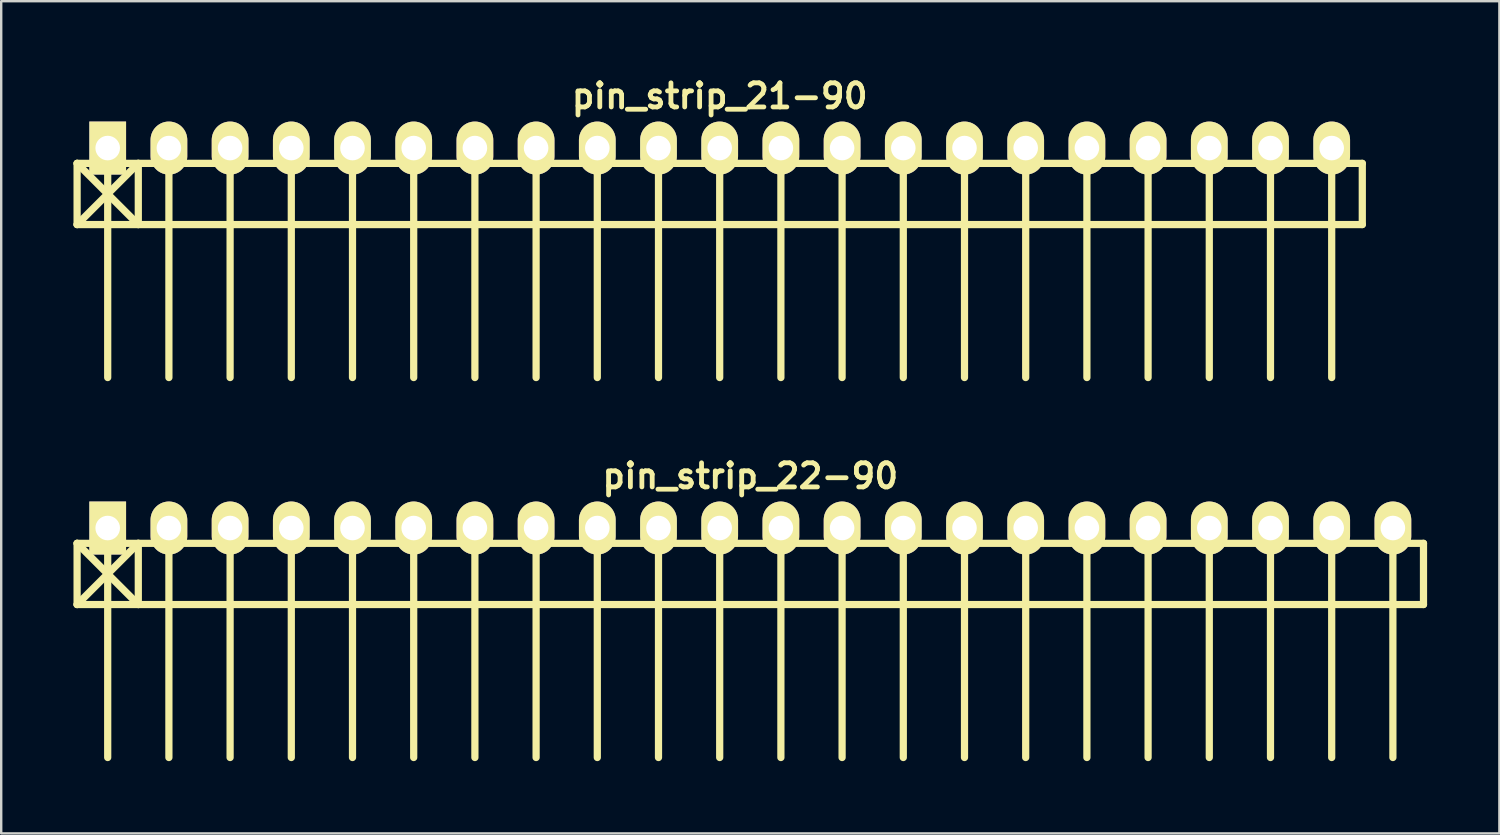
<source format=kicad_pcb>
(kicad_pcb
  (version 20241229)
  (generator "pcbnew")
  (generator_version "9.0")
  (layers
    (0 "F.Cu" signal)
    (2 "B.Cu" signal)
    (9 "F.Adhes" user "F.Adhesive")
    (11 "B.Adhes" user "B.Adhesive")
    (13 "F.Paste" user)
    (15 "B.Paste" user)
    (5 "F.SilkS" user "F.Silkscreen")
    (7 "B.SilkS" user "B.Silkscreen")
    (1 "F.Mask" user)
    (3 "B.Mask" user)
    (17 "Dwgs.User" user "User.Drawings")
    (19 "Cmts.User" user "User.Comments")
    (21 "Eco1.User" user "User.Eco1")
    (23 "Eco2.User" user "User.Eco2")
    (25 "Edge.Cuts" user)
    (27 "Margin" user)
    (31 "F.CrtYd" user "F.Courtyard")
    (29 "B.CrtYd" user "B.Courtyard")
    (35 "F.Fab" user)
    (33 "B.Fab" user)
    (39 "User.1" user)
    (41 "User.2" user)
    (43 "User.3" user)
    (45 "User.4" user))
  (footprint "pin_strip_21-90"
    (layer "F.Cu")
    (at 26.82 3.095)
    (property "Reference" "pin_strip_21-90" (at 0 -2.159 0) (layer "F.SilkS") (effects (font (size 1 1) (thickness 0.2))))
    (attr through_hole)
    (fp_line (start -26.67 0.635) (end 26.67 0.635) (stroke (width 0.3) (type solid)) (layer "F.SilkS"))
    (fp_line (start -26.67 3.175) (end -26.67 0.635) (stroke (width 0.3) (type solid)) (layer "F.SilkS"))
    (fp_line (start -26.67 3.175) (end -24.13 0.635) (stroke (width 0.3) (type solid)) (layer "F.SilkS"))
    (fp_line (start -25.4 0) (end -25.4 9.525) (stroke (width 0.3) (type solid)) (layer "F.SilkS"))
    (fp_line (start -24.13 0.635) (end -24.13 3.175) (stroke (width 0.3) (type solid)) (layer "F.SilkS"))
    (fp_line (start -24.13 3.175) (end -26.67 0.635) (stroke (width 0.3) (type solid)) (layer "F.SilkS"))
    (fp_line (start -22.86 0) (end -22.86 9.525) (stroke (width 0.3) (type solid)) (layer "F.SilkS"))
    (fp_line (start -20.32 9.525) (end -20.32 0) (stroke (width 0.3) (type solid)) (layer "F.SilkS"))
    (fp_line (start -17.78 0) (end -17.78 9.525) (stroke (width 0.3) (type solid)) (layer "F.SilkS"))
    (fp_line (start -15.24 0) (end -15.24 9.525) (stroke (width 0.3) (type solid)) (layer "F.SilkS"))
    (fp_line (start -12.7 0) (end -12.7 9.525) (stroke (width 0.3) (type solid)) (layer "F.SilkS"))
    (fp_line (start -10.16 0) (end -10.16 9.525) (stroke (width 0.3) (type solid)) (layer "F.SilkS"))
    (fp_line (start -7.62 0) (end -7.62 9.525) (stroke (width 0.3) (type solid)) (layer "F.SilkS"))
    (fp_line (start -5.08 0) (end -5.08 9.525) (stroke (width 0.3) (type solid)) (layer "F.SilkS"))
    (fp_line (start -2.54 0) (end -2.54 9.525) (stroke (width 0.3) (type solid)) (layer "F.SilkS"))
    (fp_line (start 0 0) (end 0 9.525) (stroke (width 0.3) (type solid)) (layer "F.SilkS"))
    (fp_line (start 2.54 0) (end 2.54 9.525) (stroke (width 0.3) (type solid)) (layer "F.SilkS"))
    (fp_line (start 5.08 9.525) (end 5.08 0) (stroke (width 0.3) (type solid)) (layer "F.SilkS"))
    (fp_line (start 7.62 0) (end 7.62 9.525) (stroke (width 0.3) (type solid)) (layer "F.SilkS"))
    (fp_line (start 10.16 0) (end 10.16 9.525) (stroke (width 0.3) (type solid)) (layer "F.SilkS"))
    (fp_line (start 12.7 0) (end 12.7 9.525) (stroke (width 0.3) (type solid)) (layer "F.SilkS"))
    (fp_line (start 15.24 0) (end 15.24 9.525) (stroke (width 0.3) (type solid)) (layer "F.SilkS"))
    (fp_line (start 17.78 0) (end 17.78 9.525) (stroke (width 0.3) (type solid)) (layer "F.SilkS"))
    (fp_line (start 20.32 0) (end 20.32 9.525) (stroke (width 0.3) (type solid)) (layer "F.SilkS"))
    (fp_line (start 22.86 0) (end 22.86 9.525) (stroke (width 0.3) (type solid)) (layer "F.SilkS"))
    (fp_line (start 25.4 0) (end 25.4 9.525) (stroke (width 0.3) (type solid)) (layer "F.SilkS"))
    (fp_line (start 26.67 0.635) (end 26.67 3.175) (stroke (width 0.3) (type solid)) (layer "F.SilkS"))
    (fp_line (start 26.67 3.175) (end -26.67 3.175) (stroke (width 0.3) (type solid)) (layer "F.SilkS"))
    (pad "1" thru_hole rect (at -25.4 0) (size 1.524 2.2) (drill 1.02) (layers "*.Cu" "*.Mask" "F.SilkS"))
    (pad "2" thru_hole oval (at -22.86 0) (size 1.524 2.2) (drill 1.02) (layers "*.Cu" "*.Mask" "F.SilkS"))
    (pad "3" thru_hole oval (at -20.32 0) (size 1.524 2.2) (drill 1.02) (layers "*.Cu" "*.Mask" "F.SilkS"))
    (pad "4" thru_hole oval (at -17.78 0) (size 1.524 2.2) (drill 1.02) (layers "*.Cu" "*.Mask" "F.SilkS"))
    (pad "5" thru_hole oval (at -15.24 0) (size 1.524 2.2) (drill 1.02) (layers "*.Cu" "*.Mask" "F.SilkS"))
    (pad "6" thru_hole oval (at -12.7 0) (size 1.524 2.2) (drill 1.02) (layers "*.Cu" "*.Mask" "F.SilkS"))
    (pad "7" thru_hole oval (at -10.16 0) (size 1.524 2.2) (drill 1.02) (layers "*.Cu" "*.Mask" "F.SilkS"))
    (pad "8" thru_hole oval (at -7.62 0) (size 1.524 2.2) (drill 1.02) (layers "*.Cu" "*.Mask" "F.SilkS"))
    (pad "9" thru_hole oval (at -5.08 0) (size 1.524 2.2) (drill 1.02) (layers "*.Cu" "*.Mask" "F.SilkS"))
    (pad "10" thru_hole oval (at -2.54 0) (size 1.524 2.2) (drill 1.02) (layers "*.Cu" "*.Mask" "F.SilkS"))
    (pad "11" thru_hole oval (at 0 0) (size 1.524 2.2) (drill 1.02) (layers "*.Cu" "*.Mask" "F.SilkS"))
    (pad "12" thru_hole oval (at 2.54 0) (size 1.524 2.2) (drill 1.02) (layers "*.Cu" "*.Mask" "F.SilkS"))
    (pad "13" thru_hole oval (at 5.08 0) (size 1.524 2.2) (drill 1.02) (layers "*.Cu" "*.Mask" "F.SilkS"))
    (pad "14" thru_hole oval (at 7.62 0) (size 1.524 2.2) (drill 1.02) (layers "*.Cu" "*.Mask" "F.SilkS"))
    (pad "15" thru_hole oval (at 10.16 0) (size 1.524 2.2) (drill 1.02) (layers "*.Cu" "*.Mask" "F.SilkS"))
    (pad "16" thru_hole oval (at 12.7 0) (size 1.524 2.2) (drill 1.02) (layers "*.Cu" "*.Mask" "F.SilkS"))
    (pad "17" thru_hole oval (at 15.24 0) (size 1.524 2.2) (drill 1.02) (layers "*.Cu" "*.Mask" "F.SilkS"))
    (pad "18" thru_hole oval (at 17.78 0) (size 1.524 2.2) (drill 1.02) (layers "*.Cu" "*.Mask" "F.SilkS"))
    (pad "19" thru_hole oval (at 20.32 0) (size 1.524 2.2) (drill 1.02) (layers "*.Cu" "*.Mask" "F.SilkS"))
    (pad "20" thru_hole oval (at 22.86 0) (size 1.524 2.2) (drill 1.02) (layers "*.Cu" "*.Mask" "F.SilkS"))
    (pad "21" thru_hole oval (at 25.4 0) (size 1.524 2.2) (drill 1.02) (layers "*.Cu" "*.Mask" "F.SilkS")))
  (footprint "pin_strip_22-90"
    (layer "F.Cu")
    (at 28.09 18.865)
    (property "Reference" "pin_strip_22-90" (at 0 -2.159 0) (layer "F.SilkS") (effects (font (size 1 1) (thickness 0.2))))
    (attr through_hole)
    (fp_line (start -27.94 0.635) (end 27.94 0.635) (stroke (width 0.3) (type solid)) (layer "F.SilkS"))
    (fp_line (start -27.94 3.175) (end -27.94 0.635) (stroke (width 0.3) (type solid)) (layer "F.SilkS"))
    (fp_line (start -27.94 3.175) (end -25.4 0.635) (stroke (width 0.3) (type solid)) (layer "F.SilkS"))
    (fp_line (start -26.67 0) (end -26.67 9.525) (stroke (width 0.3) (type solid)) (layer "F.SilkS"))
    (fp_line (start -25.4 0.635) (end -25.4 3.175) (stroke (width 0.3) (type solid)) (layer "F.SilkS"))
    (fp_line (start -25.4 3.175) (end -27.94 0.635) (stroke (width 0.3) (type solid)) (layer "F.SilkS"))
    (fp_line (start -24.13 0) (end -24.13 9.525) (stroke (width 0.3) (type solid)) (layer "F.SilkS"))
    (fp_line (start -21.59 9.525) (end -21.59 0) (stroke (width 0.3) (type solid)) (layer "F.SilkS"))
    (fp_line (start -19.05 0) (end -19.05 9.525) (stroke (width 0.3) (type solid)) (layer "F.SilkS"))
    (fp_line (start -16.51 0) (end -16.51 9.525) (stroke (width 0.3) (type solid)) (layer "F.SilkS"))
    (fp_line (start -13.97 0) (end -13.97 9.525) (stroke (width 0.3) (type solid)) (layer "F.SilkS"))
    (fp_line (start -11.43 0) (end -11.43 9.525) (stroke (width 0.3) (type solid)) (layer "F.SilkS"))
    (fp_line (start -8.89 0) (end -8.89 9.525) (stroke (width 0.3) (type solid)) (layer "F.SilkS"))
    (fp_line (start -6.35 0) (end -6.35 9.525) (stroke (width 0.3) (type solid)) (layer "F.SilkS"))
    (fp_line (start -3.81 0) (end -3.81 9.525) (stroke (width 0.3) (type solid)) (layer "F.SilkS"))
    (fp_line (start -1.27 0) (end -1.27 9.525) (stroke (width 0.3) (type solid)) (layer "F.SilkS"))
    (fp_line (start 1.27 0) (end 1.27 9.525) (stroke (width 0.3) (type solid)) (layer "F.SilkS"))
    (fp_line (start 3.81 9.525) (end 3.81 0) (stroke (width 0.3) (type solid)) (layer "F.SilkS"))
    (fp_line (start 6.35 0) (end 6.35 9.525) (stroke (width 0.3) (type solid)) (layer "F.SilkS"))
    (fp_line (start 8.89 0) (end 8.89 9.525) (stroke (width 0.3) (type solid)) (layer "F.SilkS"))
    (fp_line (start 11.43 0) (end 11.43 9.525) (stroke (width 0.3) (type solid)) (layer "F.SilkS"))
    (fp_line (start 13.97 0) (end 13.97 9.525) (stroke (width 0.3) (type solid)) (layer "F.SilkS"))
    (fp_line (start 16.51 0) (end 16.51 9.525) (stroke (width 0.3) (type solid)) (layer "F.SilkS"))
    (fp_line (start 19.05 0) (end 19.05 9.525) (stroke (width 0.3) (type solid)) (layer "F.SilkS"))
    (fp_line (start 21.59 0) (end 21.59 9.525) (stroke (width 0.3) (type solid)) (layer "F.SilkS"))
    (fp_line (start 24.13 0) (end 24.13 9.525) (stroke (width 0.3) (type solid)) (layer "F.SilkS"))
    (fp_line (start 26.67 0) (end 26.67 9.525) (stroke (width 0.3) (type solid)) (layer "F.SilkS"))
    (fp_line (start 27.94 0.635) (end 27.94 3.175) (stroke (width 0.3) (type solid)) (layer "F.SilkS"))
    (fp_line (start 27.94 3.175) (end -27.94 3.175) (stroke (width 0.3) (type solid)) (layer "F.SilkS"))
    (pad "1" thru_hole rect (at -26.67 0) (size 1.524 2.2) (drill 1.02) (layers "*.Cu" "*.Mask" "F.SilkS"))
    (pad "2" thru_hole oval (at -24.13 0) (size 1.524 2.2) (drill 1.02) (layers "*.Cu" "*.Mask" "F.SilkS"))
    (pad "3" thru_hole oval (at -21.59 0) (size 1.524 2.2) (drill 1.02) (layers "*.Cu" "*.Mask" "F.SilkS"))
    (pad "4" thru_hole oval (at -19.05 0) (size 1.524 2.2) (drill 1.02) (layers "*.Cu" "*.Mask" "F.SilkS"))
    (pad "5" thru_hole oval (at -16.51 0) (size 1.524 2.2) (drill 1.02) (layers "*.Cu" "*.Mask" "F.SilkS"))
    (pad "6" thru_hole oval (at -13.97 0) (size 1.524 2.2) (drill 1.02) (layers "*.Cu" "*.Mask" "F.SilkS"))
    (pad "7" thru_hole oval (at -11.43 0) (size 1.524 2.2) (drill 1.02) (layers "*.Cu" "*.Mask" "F.SilkS"))
    (pad "8" thru_hole oval (at -8.89 0) (size 1.524 2.2) (drill 1.02) (layers "*.Cu" "*.Mask" "F.SilkS"))
    (pad "9" thru_hole oval (at -6.35 0) (size 1.524 2.2) (drill 1.02) (layers "*.Cu" "*.Mask" "F.SilkS"))
    (pad "10" thru_hole oval (at -3.81 0) (size 1.524 2.2) (drill 1.02) (layers "*.Cu" "*.Mask" "F.SilkS"))
    (pad "11" thru_hole oval (at -1.27 0) (size 1.524 2.2) (drill 1.02) (layers "*.Cu" "*.Mask" "F.SilkS"))
    (pad "12" thru_hole oval (at 1.27 0) (size 1.524 2.2) (drill 1.02) (layers "*.Cu" "*.Mask" "F.SilkS"))
    (pad "13" thru_hole oval (at 3.81 0) (size 1.524 2.2) (drill 1.02) (layers "*.Cu" "*.Mask" "F.SilkS"))
    (pad "14" thru_hole oval (at 6.35 0) (size 1.524 2.2) (drill 1.02) (layers "*.Cu" "*.Mask" "F.SilkS"))
    (pad "15" thru_hole oval (at 8.89 0) (size 1.524 2.2) (drill 1.02) (layers "*.Cu" "*.Mask" "F.SilkS"))
    (pad "16" thru_hole oval (at 11.43 0) (size 1.524 2.2) (drill 1.02) (layers "*.Cu" "*.Mask" "F.SilkS"))
    (pad "17" thru_hole oval (at 13.97 0) (size 1.524 2.2) (drill 1.02) (layers "*.Cu" "*.Mask" "F.SilkS"))
    (pad "18" thru_hole oval (at 16.51 0) (size 1.524 2.2) (drill 1.02) (layers "*.Cu" "*.Mask" "F.SilkS"))
    (pad "19" thru_hole oval (at 19.05 0) (size 1.524 2.2) (drill 1.02) (layers "*.Cu" "*.Mask" "F.SilkS"))
    (pad "20" thru_hole oval (at 21.59 0) (size 1.524 2.2) (drill 1.02) (layers "*.Cu" "*.Mask" "F.SilkS"))
    (pad "21" thru_hole oval (at 24.13 0) (size 1.524 2.2) (drill 1.02) (layers "*.Cu" "*.Mask" "F.SilkS"))
    (pad "22" thru_hole oval (at 26.67 0) (size 1.524 2.2) (drill 1.02) (layers "*.Cu" "*.Mask" "F.SilkS")))
  (gr_rect
    (start -3 -3)
    (end 59.18 31.54)
    (stroke (width 0.1) (type default))
    (fill no)
    (layer "Edge.Cuts")))
</source>
